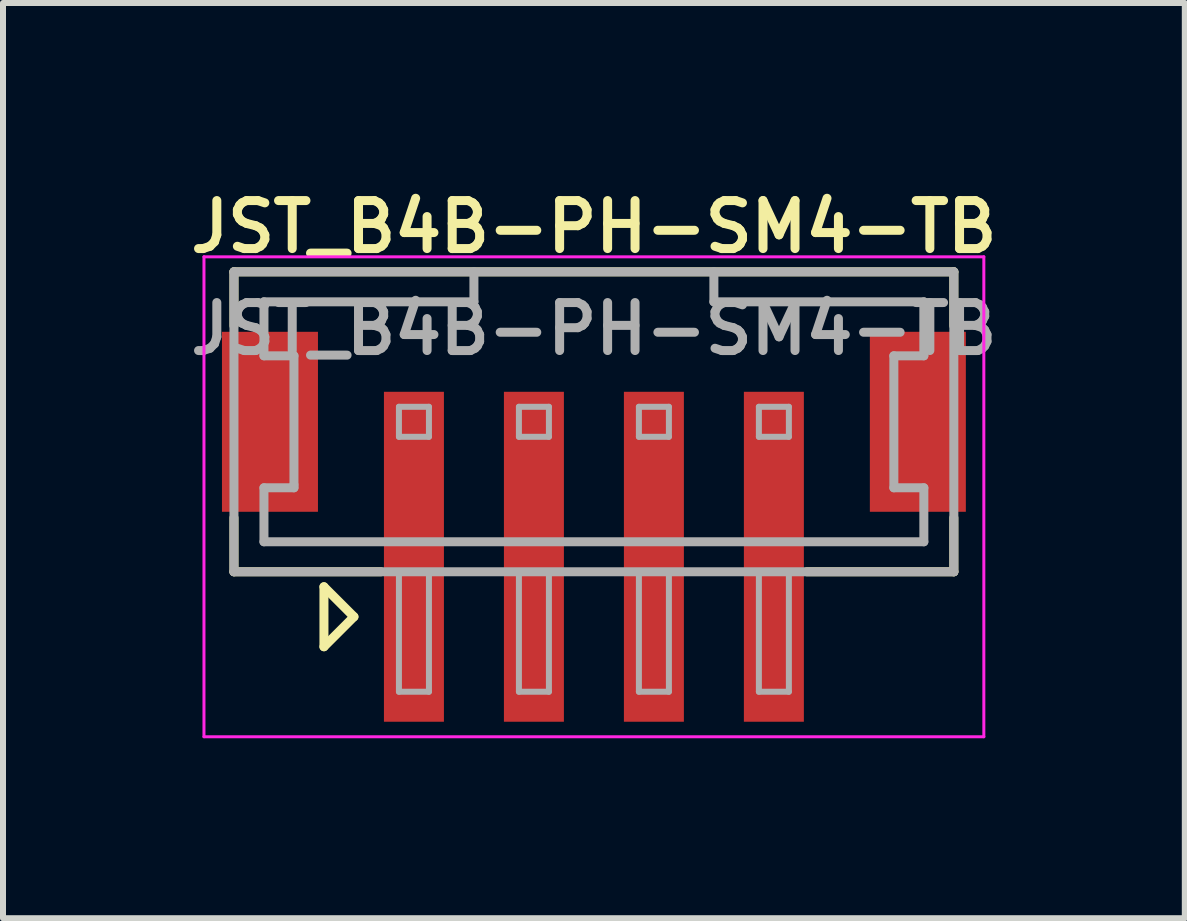
<source format=kicad_pcb>
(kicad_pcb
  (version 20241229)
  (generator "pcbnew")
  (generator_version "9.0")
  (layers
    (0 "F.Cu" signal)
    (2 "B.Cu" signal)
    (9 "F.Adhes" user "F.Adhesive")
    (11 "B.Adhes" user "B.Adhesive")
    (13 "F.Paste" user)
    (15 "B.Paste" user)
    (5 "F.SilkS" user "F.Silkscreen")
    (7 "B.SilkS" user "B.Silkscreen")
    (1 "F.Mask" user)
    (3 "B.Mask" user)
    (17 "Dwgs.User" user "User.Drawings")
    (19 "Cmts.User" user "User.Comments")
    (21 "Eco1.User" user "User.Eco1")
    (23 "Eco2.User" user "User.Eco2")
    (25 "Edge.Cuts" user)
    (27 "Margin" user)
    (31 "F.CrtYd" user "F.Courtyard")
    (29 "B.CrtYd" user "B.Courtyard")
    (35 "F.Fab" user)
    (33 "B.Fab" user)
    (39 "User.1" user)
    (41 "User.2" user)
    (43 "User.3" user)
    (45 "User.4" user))
  (footprint "JST_B4B-PH-SM4-TB"
    (layer "F.Cu")
    (at 6.85 6.231)
    (property "Reference" "JST_B4B-PH-SM4-TB" (at 0 -5.5 0) (layer "F.SilkS") (effects (font (size 0.8 0.8) (thickness 0.15))))
    (attr through_hole)
    (fp_line (start -6 -4.75) (end 6 -4.75) (stroke (width 0.15) (type solid)) (layer "F.SilkS"))
    (fp_line (start -6 -3.85) (end -6 -4.75) (stroke (width 0.15) (type solid)) (layer "F.SilkS"))
    (fp_line (start -6 -0.65) (end -6 0.25) (stroke (width 0.15) (type solid)) (layer "F.SilkS"))
    (fp_line (start -6 0.25) (end -3.55 0.25) (stroke (width 0.15) (type solid)) (layer "F.SilkS"))
    (fp_line (start -4.5 0.5) (end -4.5 1.5) (stroke (width 0.15) (type solid)) (layer "F.SilkS"))
    (fp_line (start -4.5 1.5) (end -4 1) (stroke (width 0.15) (type solid)) (layer "F.SilkS"))
    (fp_line (start -4 1) (end -4.5 0.5) (stroke (width 0.15) (type solid)) (layer "F.SilkS"))
    (fp_line (start 6 -4.75) (end 6 -3.85) (stroke (width 0.15) (type solid)) (layer "F.SilkS"))
    (fp_line (start 6 -0.65) (end 6 0.25) (stroke (width 0.15) (type solid)) (layer "F.SilkS"))
    (fp_line (start 6 0.25) (end 3.55 0.25) (stroke (width 0.15) (type solid)) (layer "F.SilkS"))
    (fp_line (start -6.5 -5) (end 6.5 -5) (stroke (width 0.05) (type solid)) (layer "F.CrtYd"))
    (fp_line (start -6.5 3) (end -6.5 -5) (stroke (width 0.05) (type solid)) (layer "F.CrtYd"))
    (fp_line (start 6.5 -5) (end 6.5 3) (stroke (width 0.05) (type solid)) (layer "F.CrtYd"))
    (fp_line (start 6.5 3) (end -6.5 3) (stroke (width 0.05) (type solid)) (layer "F.CrtYd"))
    (fp_line (start -6 -4.75) (end -6 0.25) (stroke (width 0.15) (type solid)) (layer "F.Fab"))
    (fp_line (start -6 0.25) (end 6 0.25) (stroke (width 0.15) (type solid)) (layer "F.Fab"))
    (fp_line (start -5.5 -4.25) (end -2 -4.25) (stroke (width 0.15) (type solid)) (layer "F.Fab"))
    (fp_line (start -5.5 -3.35) (end -5.5 -4.25) (stroke (width 0.15) (type solid)) (layer "F.Fab"))
    (fp_line (start -5.5 -3.35) (end -5 -3.35) (stroke (width 0.15) (type solid)) (layer "F.Fab"))
    (fp_line (start -5.5 -0.25) (end -5.5 -1.15) (stroke (width 0.15) (type solid)) (layer "F.Fab"))
    (fp_line (start -5 -3.35) (end -5 -1.2) (stroke (width 0.15) (type solid)) (layer "F.Fab"))
    (fp_line (start -5 -1.2) (end -5 -1.15) (stroke (width 0.15) (type solid)) (layer "F.Fab"))
    (fp_line (start -5 -1.15) (end -5.5 -1.15) (stroke (width 0.15) (type solid)) (layer "F.Fab"))
    (fp_line (start -3.25 -2.5) (end -3.25 -2) (stroke (width 0.1) (type solid)) (layer "F.Fab"))
    (fp_line (start -3.25 -2) (end -2.75 -2) (stroke (width 0.1) (type solid)) (layer "F.Fab"))
    (fp_line (start -3.25 0.25) (end -3.25 2.25) (stroke (width 0.1) (type solid)) (layer "F.Fab"))
    (fp_line (start -3.25 2.25) (end -2.75 2.25) (stroke (width 0.1) (type solid)) (layer "F.Fab"))
    (fp_line (start -2.75 -2.5) (end -3.25 -2.5) (stroke (width 0.1) (type solid)) (layer "F.Fab"))
    (fp_line (start -2.75 -2) (end -2.75 -2.5) (stroke (width 0.1) (type solid)) (layer "F.Fab"))
    (fp_line (start -2.75 2.25) (end -2.75 0.25) (stroke (width 0.1) (type solid)) (layer "F.Fab"))
    (fp_line (start -2 -4.25) (end -2 -4.75) (stroke (width 0.15) (type solid)) (layer "F.Fab"))
    (fp_line (start -1.25 -2.5) (end -1.25 -2) (stroke (width 0.1) (type solid)) (layer "F.Fab"))
    (fp_line (start -1.25 -2) (end -0.75 -2) (stroke (width 0.1) (type solid)) (layer "F.Fab"))
    (fp_line (start -1.25 0.25) (end -1.25 2.25) (stroke (width 0.1) (type solid)) (layer "F.Fab"))
    (fp_line (start -1.25 2.25) (end -0.75 2.25) (stroke (width 0.1) (type solid)) (layer "F.Fab"))
    (fp_line (start -0.75 -2.5) (end -1.25 -2.5) (stroke (width 0.1) (type solid)) (layer "F.Fab"))
    (fp_line (start -0.75 -2) (end -0.75 -2.5) (stroke (width 0.1) (type solid)) (layer "F.Fab"))
    (fp_line (start -0.75 2.25) (end -0.75 0.25) (stroke (width 0.1) (type solid)) (layer "F.Fab"))
    (fp_line (start 0.75 -2.5) (end 0.75 -2) (stroke (width 0.1) (type solid)) (layer "F.Fab"))
    (fp_line (start 0.75 -2) (end 1.25 -2) (stroke (width 0.1) (type solid)) (layer "F.Fab"))
    (fp_line (start 0.75 0.25) (end 0.75 2.25) (stroke (width 0.1) (type solid)) (layer "F.Fab"))
    (fp_line (start 0.75 2.25) (end 1.25 2.25) (stroke (width 0.1) (type solid)) (layer "F.Fab"))
    (fp_line (start 1.25 -2.5) (end 0.75 -2.5) (stroke (width 0.1) (type solid)) (layer "F.Fab"))
    (fp_line (start 1.25 -2) (end 1.25 -2.5) (stroke (width 0.1) (type solid)) (layer "F.Fab"))
    (fp_line (start 1.25 2.25) (end 1.25 0.25) (stroke (width 0.1) (type solid)) (layer "F.Fab"))
    (fp_line (start 2 -4.75) (end 2 -4.25) (stroke (width 0.15) (type solid)) (layer "F.Fab"))
    (fp_line (start 2 -4.25) (end 5.5 -4.25) (stroke (width 0.15) (type solid)) (layer "F.Fab"))
    (fp_line (start 2.75 -2.5) (end 2.75 -2) (stroke (width 0.1) (type solid)) (layer "F.Fab"))
    (fp_line (start 2.75 -2) (end 3.25 -2) (stroke (width 0.1) (type solid)) (layer "F.Fab"))
    (fp_line (start 2.75 0.25) (end 2.75 2.25) (stroke (width 0.1) (type solid)) (layer "F.Fab"))
    (fp_line (start 2.75 2.25) (end 3.25 2.25) (stroke (width 0.1) (type solid)) (layer "F.Fab"))
    (fp_line (start 3.25 -2.5) (end 2.75 -2.5) (stroke (width 0.1) (type solid)) (layer "F.Fab"))
    (fp_line (start 3.25 -2) (end 3.25 -2.5) (stroke (width 0.1) (type solid)) (layer "F.Fab"))
    (fp_line (start 3.25 2.25) (end 3.25 0.25) (stroke (width 0.1) (type solid)) (layer "F.Fab"))
    (fp_line (start 5 -3.35) (end 5 -1.15) (stroke (width 0.15) (type solid)) (layer "F.Fab"))
    (fp_line (start 5 -1.15) (end 5.5 -1.15) (stroke (width 0.15) (type solid)) (layer "F.Fab"))
    (fp_line (start 5.5 -4.25) (end 5.5 -3.35) (stroke (width 0.15) (type solid)) (layer "F.Fab"))
    (fp_line (start 5.5 -3.35) (end 5 -3.35) (stroke (width 0.15) (type solid)) (layer "F.Fab"))
    (fp_line (start 5.5 -1.15) (end 5.5 -0.25) (stroke (width 0.15) (type solid)) (layer "F.Fab"))
    (fp_line (start 5.5 -0.25) (end -5.5 -0.25) (stroke (width 0.15) (type solid)) (layer "F.Fab"))
    (fp_line (start 6 -4.75) (end -6 -4.75) (stroke (width 0.15) (type solid)) (layer "F.Fab"))
    (fp_line (start 6 0.25) (end 6 -4.75) (stroke (width 0.15) (type solid)) (layer "F.Fab"))
    (fp_text user "${REFERENCE}" (at 0 -3.8 0) (layer "F.Fab") (effects (font (size 0.8 0.8) (thickness 0.15))))
    (pad "" smd rect (at -5.4 -2.25) (size 1.6 3) (layers "F.Cu" "F.Mask" "F.Paste"))
    (pad "" smd rect (at 5.4 -2.25) (size 1.6 3) (layers "F.Cu" "F.Mask" "F.Paste"))
    (pad "1" smd rect (at -3 0) (size 1 5.5) (layers "F.Cu" "F.Mask" "F.Paste"))
    (pad "2" smd rect (at -1 0) (size 1 5.5) (layers "F.Cu" "F.Mask" "F.Paste"))
    (pad "3" smd rect (at 1 0) (size 1 5.5) (layers "F.Cu" "F.Mask" "F.Paste"))
    (pad "4" smd rect (at 3 0) (size 1 5.5) (layers "F.Cu" "F.Mask" "F.Paste")))
  (gr_rect
    (start -3 -3)
    (end 16.7 12.256)
    (stroke (width 0.1) (type default))
    (fill no)
    (layer "Edge.Cuts")))
</source>
